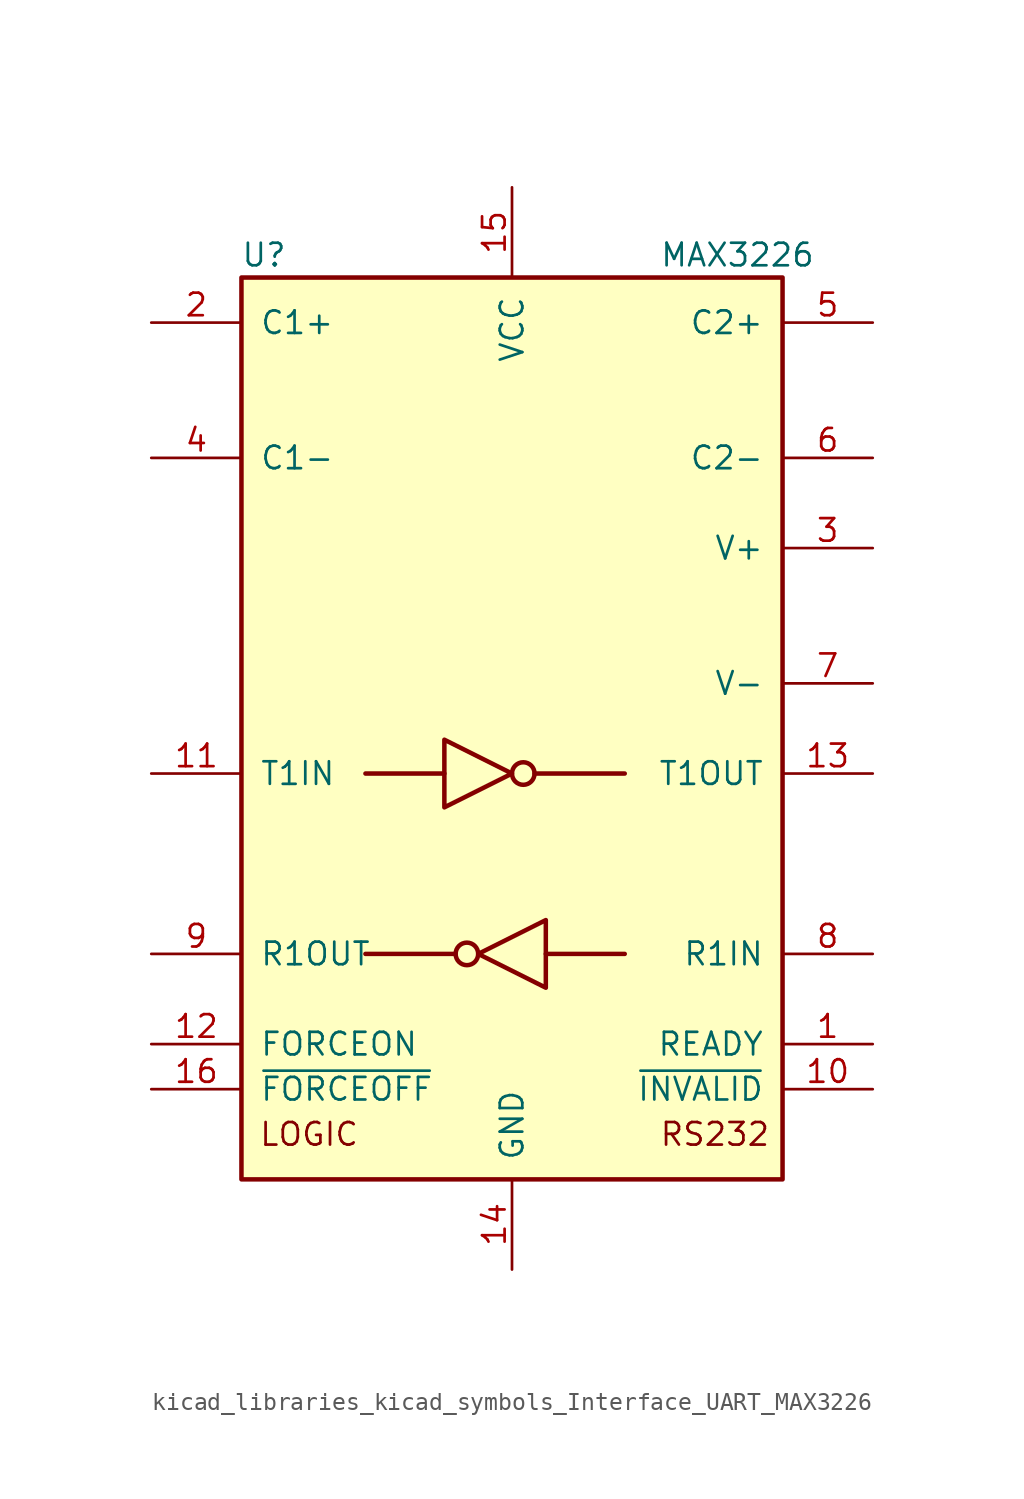
<source format=kicad_sym>
(kicad_symbol_lib
  (version 20220914)
  (generator kicad_symbol_editor)
  (symbol "kicad_libraries_kicad_symbols_Interface_UART_MAX3226"
    (pin_names
      (offset 1.016))
    (property "Reference" "U"
      (at -13.97 26.67 0)
      (effects (font (size 1.27 1.27))))
    (property "Value" "MAX3226"
      (at 12.7 26.67 0)
      (effects (font (size 1.27 1.27))))
    (symbol "kicad_libraries_kicad_symbols_Interface_UART_MAX3226_0_0"
      (text "LOGIC" (at -11.43 -22.86 0) (effects (font (size 1.27 1.27))))
      (text "RS232" (at 11.43 -22.86 0) (effects (font (size 1.27 1.27)))))
    (symbol "kicad_libraries_kicad_symbols_Interface_UART_MAX3226_0_1"
      (rectangle (start -15.24 -25.4) (end 15.24 25.4) (stroke (width 0.254) (type default)) (fill (type background)))
      (circle (center -2.54 -12.7) (radius 0.635) (stroke (width 0.254) (type default)) (fill (type none)))
      (polyline (pts (xy -3.81 -2.54) (xy -8.255 -2.54)) (stroke (width 0.254) (type default)) (fill (type none)))
      (polyline (pts (xy -3.175 -12.7) (xy -8.255 -12.7)) (stroke (width 0.254) (type default)) (fill (type none)))
      (polyline (pts (xy 1.27 -2.54) (xy 6.35 -2.54)) (stroke (width 0.254) (type default)) (fill (type none)))
      (polyline (pts (xy 1.905 -12.7) (xy 6.35 -12.7)) (stroke (width 0.254) (type default)) (fill (type none)))
      (polyline (pts (xy -3.81 -0.635) (xy -3.81 -4.445) (xy 0 -2.54) (xy -3.81 -0.635)) (stroke (width 0.254) (type default)) (fill (type none)))
      (polyline (pts (xy 1.905 -10.795) (xy 1.905 -14.605) (xy -1.905 -12.7) (xy 1.905 -10.795)) (stroke (width 0.254) (type default)) (fill (type none)))
      (circle (center 0.635 -2.54) (radius 0.635) (stroke (width 0.254) (type default)) (fill (type none))))
    (symbol "kicad_libraries_kicad_symbols_Interface_UART_MAX3226_1_1"
      (pin output line (at 20.32 -17.78 180) (length 5.08) (name "READY" (effects (font (size 1.27 1.27)))) (number "1" (effects (font (size 1.27 1.27)))))
      (pin output line (at 20.32 -20.32 180) (length 5.08) (name "~{INVALID}" (effects (font (size 1.27 1.27)))) (number "10" (effects (font (size 1.27 1.27)))))
      (pin input line (at -20.32 -2.54 0) (length 5.08) (name "T1IN" (effects (font (size 1.27 1.27)))) (number "11" (effects (font (size 1.27 1.27)))))
      (pin input line (at -20.32 -17.78 0) (length 5.08) (name "FORCEON" (effects (font (size 1.27 1.27)))) (number "12" (effects (font (size 1.27 1.27)))))
      (pin output line (at 20.32 -2.54 180) (length 5.08) (name "T1OUT" (effects (font (size 1.27 1.27)))) (number "13" (effects (font (size 1.27 1.27)))))
      (pin power_in line (at 0 -30.48 90) (length 5.08) (name "GND" (effects (font (size 1.27 1.27)))) (number "14" (effects (font (size 1.27 1.27)))))
      (pin power_in line (at 0 30.48 270) (length 5.08) (name "VCC" (effects (font (size 1.27 1.27)))) (number "15" (effects (font (size 1.27 1.27)))))
      (pin input line (at -20.32 -20.32 0) (length 5.08) (name "~{FORCEOFF}" (effects (font (size 1.27 1.27)))) (number "16" (effects (font (size 1.27 1.27)))))
      (pin passive line (at -20.32 22.86 0) (length 5.08) (name "C1+" (effects (font (size 1.27 1.27)))) (number "2" (effects (font (size 1.27 1.27)))))
      (pin power_out line (at 20.32 10.16 180) (length 5.08) (name "V+" (effects (font (size 1.27 1.27)))) (number "3" (effects (font (size 1.27 1.27)))))
      (pin passive line (at -20.32 15.24 0) (length 5.08) (name "C1-" (effects (font (size 1.27 1.27)))) (number "4" (effects (font (size 1.27 1.27)))))
      (pin passive line (at 20.32 22.86 180) (length 5.08) (name "C2+" (effects (font (size 1.27 1.27)))) (number "5" (effects (font (size 1.27 1.27)))))
      (pin passive line (at 20.32 15.24 180) (length 5.08) (name "C2-" (effects (font (size 1.27 1.27)))) (number "6" (effects (font (size 1.27 1.27)))))
      (pin power_out line (at 20.32 2.54 180) (length 5.08) (name "V-" (effects (font (size 1.27 1.27)))) (number "7" (effects (font (size 1.27 1.27)))))
      (pin input line (at 20.32 -12.7 180) (length 5.08) (name "R1IN" (effects (font (size 1.27 1.27)))) (number "8" (effects (font (size 1.27 1.27)))))
      (pin output line (at -20.32 -12.7 0) (length 5.08) (name "R1OUT" (effects (font (size 1.27 1.27)))) (number "9" (effects (font (size 1.27 1.27))))))))
</source>
